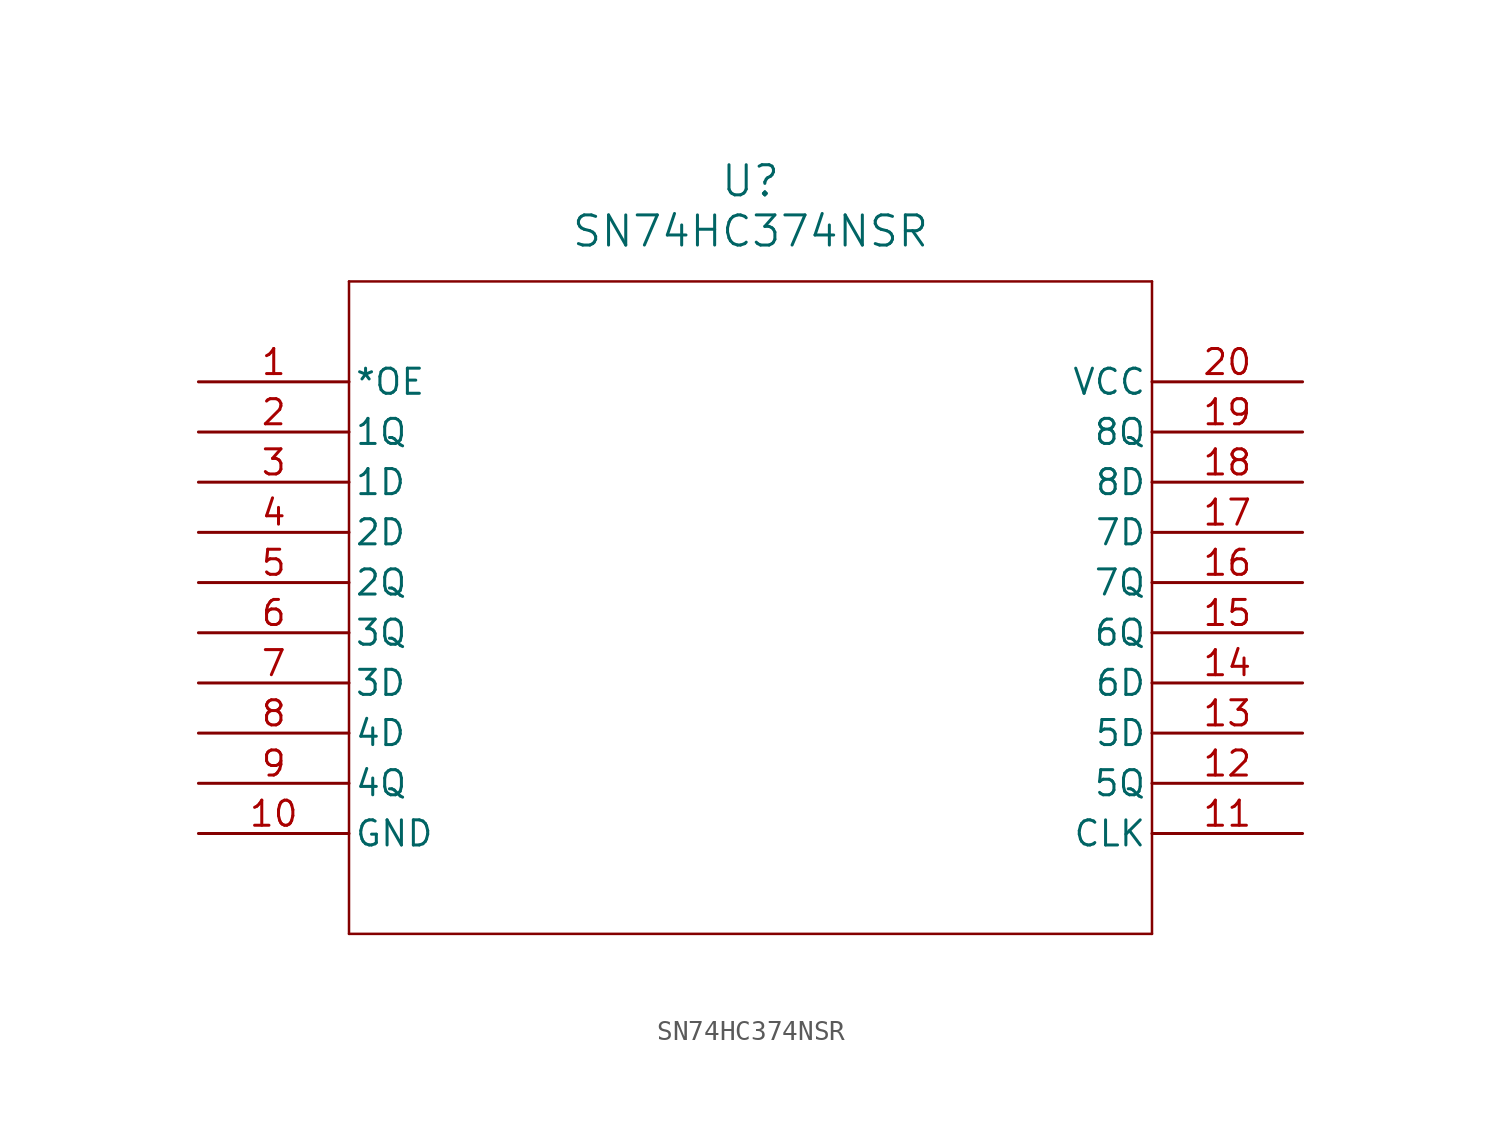
<source format=kicad_sym>
(kicad_symbol_lib
  (version 20211014)
  (generator kicad_symbol_editor)
  (symbol "SN74HC374NSR"
    (pin_names
      (offset 0.254))
    (property "Reference" "U"
      (at 27.94 10.16 0)
      (effects (font (size 1.524 1.524))))
    (property "Value" "SN74HC374NSR"
      (at 27.94 7.62 0)
      (effects (font (size 1.524 1.524))))
    (symbol "SN74HC374NSR_0_1"
      (polyline (pts (xy 7.62 5.08) (xy 7.62 -27.94)) (stroke (width 0.127) (type default) (color 0 0 0 0)) (fill (type none)))
      (polyline (pts (xy 7.62 -27.94) (xy 48.26 -27.94)) (stroke (width 0.127) (type default) (color 0 0 0 0)) (fill (type none)))
      (polyline (pts (xy 48.26 -27.94) (xy 48.26 5.08)) (stroke (width 0.127) (type default) (color 0 0 0 0)) (fill (type none)))
      (polyline (pts (xy 48.26 5.08) (xy 7.62 5.08)) (stroke (width 0.127) (type default) (color 0 0 0 0)) (fill (type none)))
      (pin input line (at 0 0 0) (length 7.62) (name "*OE" (effects (font (size 1.27 1.27)))) (number "1" (effects (font (size 1.27 1.27)))))
      (pin output line (at 0 -2.54 0) (length 7.62) (name "1Q" (effects (font (size 1.27 1.27)))) (number "2" (effects (font (size 1.27 1.27)))))
      (pin input line (at 0 -5.08 0) (length 7.62) (name "1D" (effects (font (size 1.27 1.27)))) (number "3" (effects (font (size 1.27 1.27)))))
      (pin input line (at 0 -7.62 0) (length 7.62) (name "2D" (effects (font (size 1.27 1.27)))) (number "4" (effects (font (size 1.27 1.27)))))
      (pin output line (at 0 -10.16 0) (length 7.62) (name "2Q" (effects (font (size 1.27 1.27)))) (number "5" (effects (font (size 1.27 1.27)))))
      (pin output line (at 0 -12.7 0) (length 7.62) (name "3Q" (effects (font (size 1.27 1.27)))) (number "6" (effects (font (size 1.27 1.27)))))
      (pin input line (at 0 -15.24 0) (length 7.62) (name "3D" (effects (font (size 1.27 1.27)))) (number "7" (effects (font (size 1.27 1.27)))))
      (pin input line (at 0 -17.78 0) (length 7.62) (name "4D" (effects (font (size 1.27 1.27)))) (number "8" (effects (font (size 1.27 1.27)))))
      (pin output line (at 0 -20.32 0) (length 7.62) (name "4Q" (effects (font (size 1.27 1.27)))) (number "9" (effects (font (size 1.27 1.27)))))
      (pin power_in line (at 0 -22.86 0) (length 7.62) (name "GND" (effects (font (size 1.27 1.27)))) (number "10" (effects (font (size 1.27 1.27)))))
      (pin input line (at 55.88 -22.86 180) (length 7.62) (name "CLK" (effects (font (size 1.27 1.27)))) (number "11" (effects (font (size 1.27 1.27)))))
      (pin output line (at 55.88 -20.32 180) (length 7.62) (name "5Q" (effects (font (size 1.27 1.27)))) (number "12" (effects (font (size 1.27 1.27)))))
      (pin input line (at 55.88 -17.78 180) (length 7.62) (name "5D" (effects (font (size 1.27 1.27)))) (number "13" (effects (font (size 1.27 1.27)))))
      (pin input line (at 55.88 -15.24 180) (length 7.62) (name "6D" (effects (font (size 1.27 1.27)))) (number "14" (effects (font (size 1.27 1.27)))))
      (pin output line (at 55.88 -12.7 180) (length 7.62) (name "6Q" (effects (font (size 1.27 1.27)))) (number "15" (effects (font (size 1.27 1.27)))))
      (pin output line (at 55.88 -10.16 180) (length 7.62) (name "7Q" (effects (font (size 1.27 1.27)))) (number "16" (effects (font (size 1.27 1.27)))))
      (pin input line (at 55.88 -7.62 180) (length 7.62) (name "7D" (effects (font (size 1.27 1.27)))) (number "17" (effects (font (size 1.27 1.27)))))
      (pin input line (at 55.88 -5.08 180) (length 7.62) (name "8D" (effects (font (size 1.27 1.27)))) (number "18" (effects (font (size 1.27 1.27)))))
      (pin output line (at 55.88 -2.54 180) (length 7.62) (name "8Q" (effects (font (size 1.27 1.27)))) (number "19" (effects (font (size 1.27 1.27)))))
      (pin power_in line (at 55.88 0 180) (length 7.62) (name "VCC" (effects (font (size 1.27 1.27)))) (number "20" (effects (font (size 1.27 1.27))))))))
</source>
